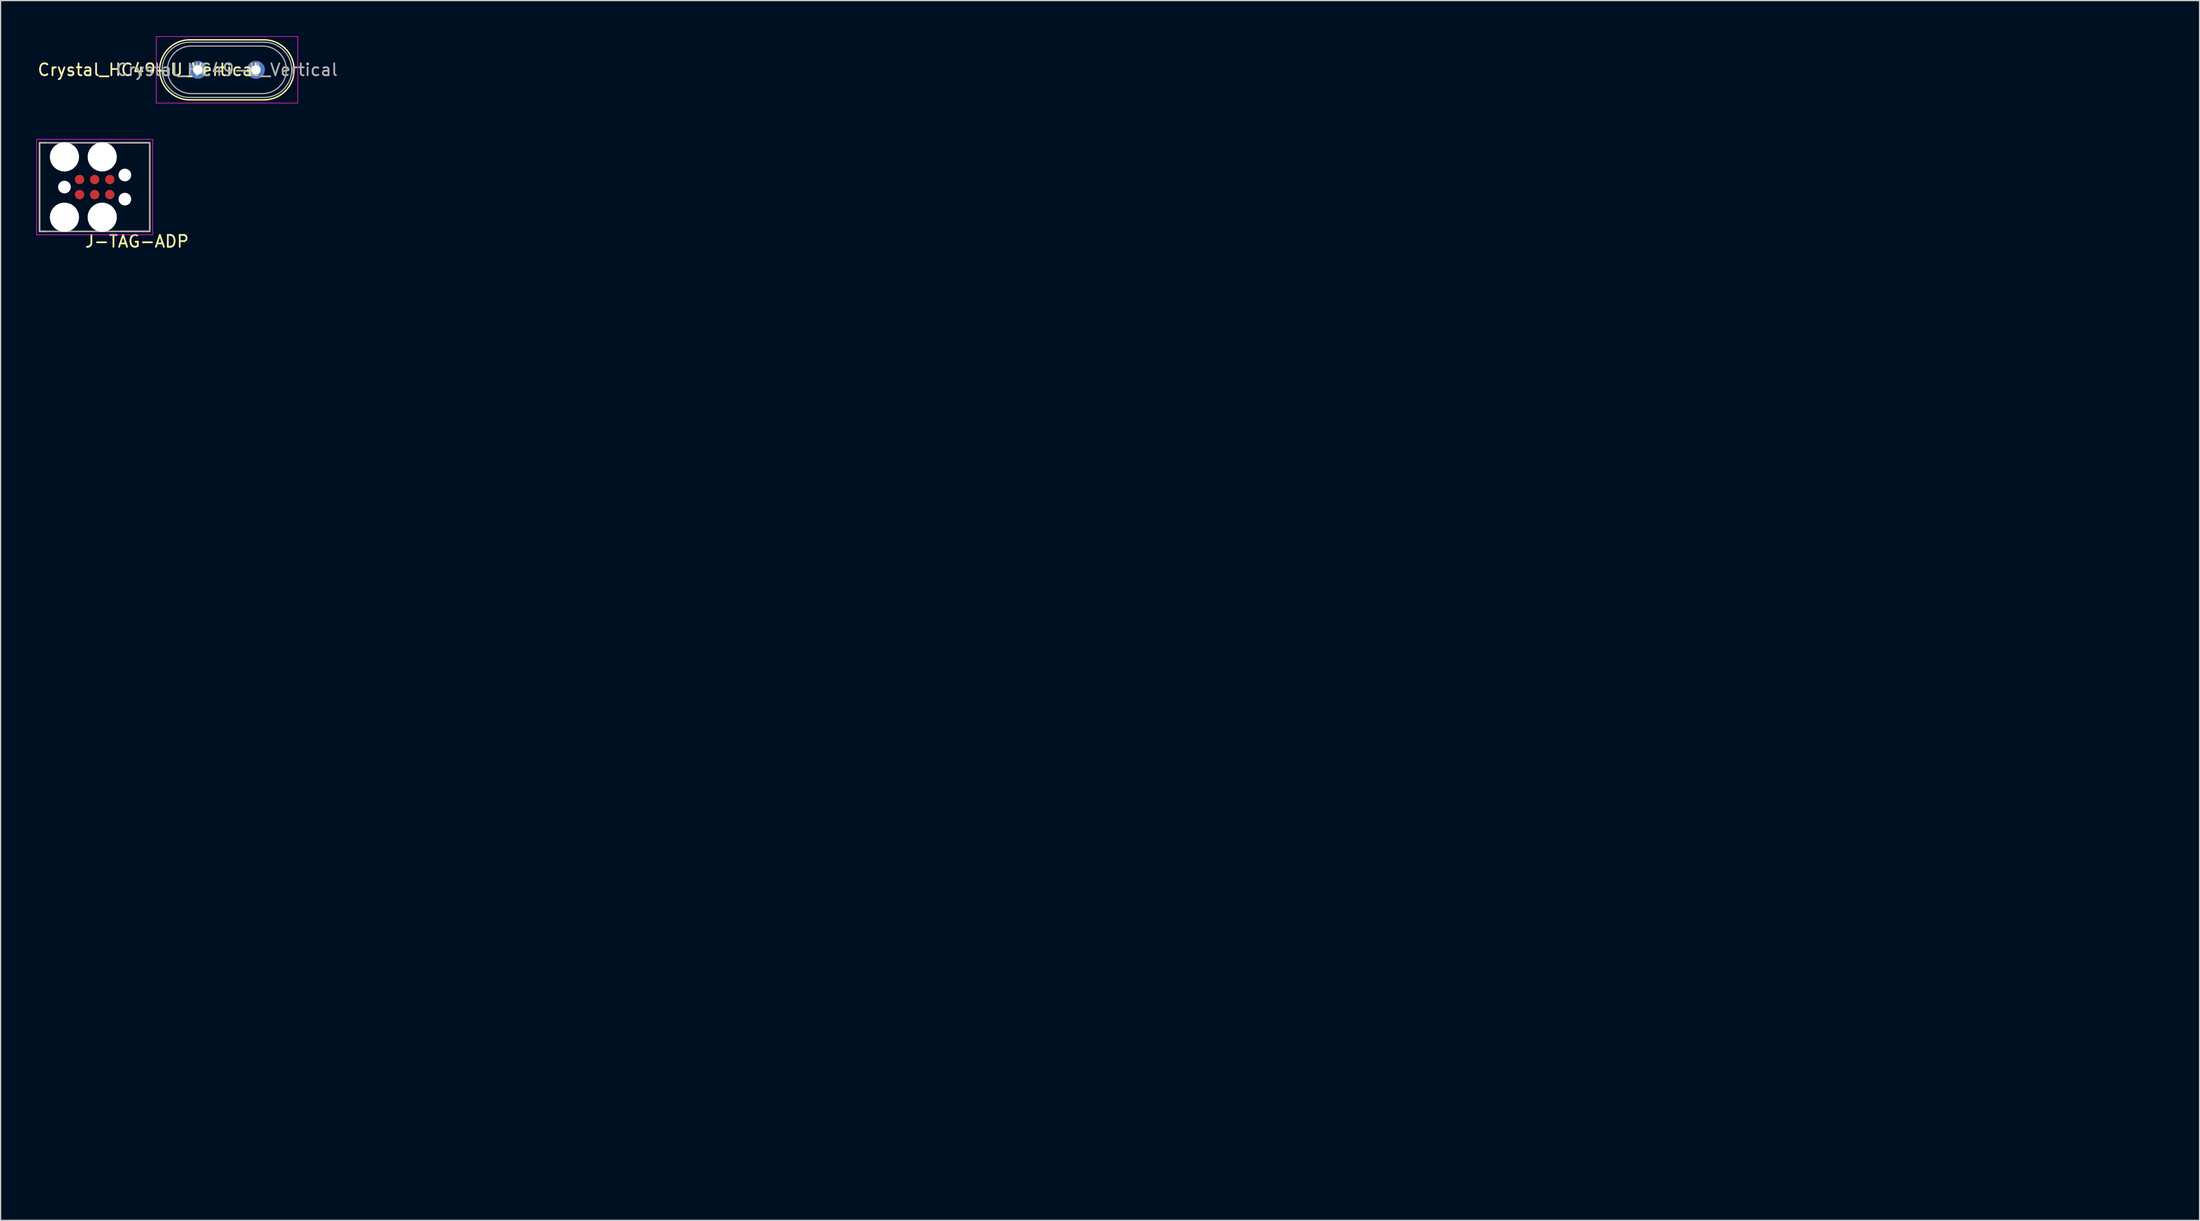
<source format=kicad_pcb>
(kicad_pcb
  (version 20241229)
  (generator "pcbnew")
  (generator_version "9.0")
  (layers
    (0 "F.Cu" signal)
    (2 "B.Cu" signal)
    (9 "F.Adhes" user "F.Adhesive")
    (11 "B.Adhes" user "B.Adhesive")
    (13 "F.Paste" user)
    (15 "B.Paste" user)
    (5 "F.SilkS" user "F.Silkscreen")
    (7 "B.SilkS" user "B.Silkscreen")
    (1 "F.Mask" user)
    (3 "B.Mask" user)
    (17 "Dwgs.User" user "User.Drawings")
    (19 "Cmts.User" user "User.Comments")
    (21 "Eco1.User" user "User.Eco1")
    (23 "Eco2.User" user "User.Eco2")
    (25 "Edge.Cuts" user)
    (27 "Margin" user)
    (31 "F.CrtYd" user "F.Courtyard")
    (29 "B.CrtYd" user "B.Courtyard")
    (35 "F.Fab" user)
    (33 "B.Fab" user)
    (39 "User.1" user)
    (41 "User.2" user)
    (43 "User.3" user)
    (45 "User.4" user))
  (footprint "Crystal_HC49-U_Vertical"
    (layer "F.Cu")
    (at 13.589 2.825)
    (property "Reference" "Crystal_HC49-U_Vertical" (at -4.154 0 0) (layer "F.SilkS") (effects (font (size 1 1) (thickness 0.15))))
    (attr through_hole)
    (fp_line (start -0.685 -2.525) (end 5.565 -2.525) (stroke (width 0.12) (type solid)) (layer "F.SilkS"))
    (fp_line (start -0.685 2.525) (end 5.565 2.525) (stroke (width 0.12) (type solid)) (layer "F.SilkS"))
    (fp_arc (start -0.685 2.525) (mid -3.21 0) (end -0.685 -2.525) (stroke (width 0.12) (type solid)) (layer "F.SilkS"))
    (fp_arc (start 5.565 -2.525) (mid 8.09 0) (end 5.565 2.525) (stroke (width 0.12) (type solid)) (layer "F.SilkS"))
    (fp_line (start -3.5 -2.8) (end -3.5 2.8) (stroke (width 0.05) (type solid)) (layer "F.CrtYd"))
    (fp_line (start -3.5 2.8) (end 8.4 2.8) (stroke (width 0.05) (type solid)) (layer "F.CrtYd"))
    (fp_line (start 8.4 -2.8) (end -3.5 -2.8) (stroke (width 0.05) (type solid)) (layer "F.CrtYd"))
    (fp_line (start 8.4 2.8) (end 8.4 -2.8) (stroke (width 0.05) (type solid)) (layer "F.CrtYd"))
    (fp_line (start -0.685 -2.325) (end 5.565 -2.325) (stroke (width 0.1) (type solid)) (layer "F.Fab"))
    (fp_line (start -0.685 2.325) (end 5.565 2.325) (stroke (width 0.1) (type solid)) (layer "F.Fab"))
    (fp_line (start -0.56 -2) (end 5.44 -2) (stroke (width 0.1) (type solid)) (layer "F.Fab"))
    (fp_line (start -0.56 2) (end 5.44 2) (stroke (width 0.1) (type solid)) (layer "F.Fab"))
    (fp_arc (start -0.685 2.325) (mid -3.01 0) (end -0.685 -2.325) (stroke (width 0.1) (type solid)) (layer "F.Fab"))
    (fp_arc (start -0.56 2) (mid -2.56 0) (end -0.56 -2) (stroke (width 0.1) (type solid)) (layer "F.Fab"))
    (fp_arc (start 5.44 -2) (mid 7.44 0) (end 5.44 2) (stroke (width 0.1) (type solid)) (layer "F.Fab"))
    (fp_arc (start 5.565 -2.325) (mid 7.89 0) (end 5.565 2.325) (stroke (width 0.1) (type solid)) (layer "F.Fab"))
    (fp_text user "${REFERENCE}" (at 2.44 0 0) (layer "F.Fab") (effects (font (size 1 1) (thickness 0.15))))
    (pad "1" thru_hole circle (at 0 0) (size 1.5 1.5) (drill 0.8) (layers "*.Cu" "*.Mask"))
    (pad "2" thru_hole circle (at 4.88 0) (size 1.5 1.5) (drill 0.8) (layers "*.Cu" "*.Mask")))
  (footprint "J-TAG-ADP"
    (layer "F.Cu")
    (at 4.91 12.691)
    (property "Reference" "J-TAG-ADP" (at 3.556 4.572 180) (layer "F.SilkS") (effects (font (size 1 1) (thickness 0.15))))
    (attr through_hole)
    (fp_line (start -4.636 -3.727) (end -4.085 -3.727) (stroke (width 0.127) (type solid)) (layer "F.SilkS"))
    (fp_line (start -4.636 3.727) (end -4.636 -3.727) (stroke (width 0.127) (type solid)) (layer "F.SilkS"))
    (fp_line (start -4.085 3.727) (end -4.636 3.727) (stroke (width 0.127) (type solid)) (layer "F.SilkS"))
    (fp_line (start 2.18 -3.727) (end 4.636 -3.727) (stroke (width 0.127) (type solid)) (layer "F.SilkS"))
    (fp_line (start 4.636 -3.727) (end 4.636 3.727) (stroke (width 0.127) (type solid)) (layer "F.SilkS"))
    (fp_line (start 4.636 3.727) (end 2.18 3.727) (stroke (width 0.127) (type solid)) (layer "F.SilkS"))
    (fp_line (start -4.886 -4.016) (end -4.886 4.016) (stroke (width 0.05) (type solid)) (layer "F.CrtYd"))
    (fp_line (start -4.886 4.016) (end 4.886 4.016) (stroke (width 0.05) (type solid)) (layer "F.CrtYd"))
    (fp_line (start 4.886 -4.016) (end -4.886 -4.016) (stroke (width 0.05) (type solid)) (layer "F.CrtYd"))
    (fp_line (start 4.886 4.016) (end 4.886 -4.016) (stroke (width 0.05) (type solid)) (layer "F.CrtYd"))
    (fp_line (start -4.636 -3.727) (end 4.636 -3.727) (stroke (width 0.127) (type solid)) (layer "F.Fab"))
    (fp_line (start -4.636 3.727) (end -4.636 -3.727) (stroke (width 0.127) (type solid)) (layer "F.Fab"))
    (fp_line (start 4.636 -3.727) (end 4.636 3.727) (stroke (width 0.127) (type solid)) (layer "F.Fab"))
    (fp_line (start 4.636 3.727) (end -4.636 3.727) (stroke (width 0.127) (type solid)) (layer "F.Fab"))
    (pad "" np_thru_hole circle (at -2.54 -2.54) (size 2.451 2.451) (drill 2.451) (layers "*.Cu" "*.Mask"))
    (pad "" np_thru_hole circle (at -2.54 0) (size 1.067 1.067) (drill 1.067) (layers "*.Cu" "*.Mask"))
    (pad "" np_thru_hole circle (at -2.54 2.54) (size 2.451 2.451) (drill 2.451) (layers "*.Cu" "*.Mask"))
    (pad "" np_thru_hole circle (at 0.635 -2.54) (size 2.451 2.451) (drill 2.451) (layers "*.Cu" "*.Mask"))
    (pad "" np_thru_hole circle (at 0.635 2.54) (size 2.451 2.451) (drill 2.451) (layers "*.Cu" "*.Mask"))
    (pad "" np_thru_hole circle (at 2.54 -1.016) (size 1.067 1.067) (drill 1.067) (layers "*.Cu" "*.Mask"))
    (pad "" np_thru_hole circle (at 2.54 1.016) (size 1.067 1.067) (drill 1.067) (layers "*.Cu" "*.Mask"))
    (pad "1" smd circle (at -1.27 0.635) (size 0.787 0.787) (layers "F.Cu" "F.Mask"))
    (pad "2" smd circle (at -1.27 -0.635) (size 0.787 0.787) (layers "F.Cu" "F.Mask"))
    (pad "3" smd circle (at 0 0.635) (size 0.787 0.787) (layers "F.Cu" "F.Mask"))
    (pad "4" smd circle (at 0 -0.635) (size 0.787 0.787) (layers "F.Cu" "F.Mask"))
    (pad "5" smd circle (at 1.27 0.635) (size 0.787 0.787) (layers "F.Cu" "F.Mask"))
    (pad "6" smd circle (at 1.27 -0.635) (size 0.787 0.787) (layers "F.Cu" "F.Mask"))
    (zone (net_name "") (layer "F.Cu") (hatch full 0.508) (connect_pads) (min_thickness 0.01) (filled_areas_thickness no) (keepout (tracks allowed) (vias allowed) (pads allowed) (copperpour not_allowed) (footprints allowed)) (placement (enabled no)) (fill) (polygon (pts (xy 176.754 96.638) (xy 176.754 96.617) (xy 176.751 96.597) (xy 176.75 96.576) (xy 176.745 96.555) (xy 176.74 96.535) (xy 176.734 96.516) (xy 176.727 96.496) (xy 176.72 96.478) (xy 176.712 96.459) (xy 176.702 96.441) (xy 176.69 96.424) (xy 176.679 96.406) (xy 176.667 96.389) (xy 176.653 96.374) (xy 176.638 96.359) (xy 176.624 96.346) (xy 176.608 96.332) (xy 176.591 96.32) (xy 176.575 96.308) (xy 176.558 96.296) (xy 176.54 96.287) (xy 176.52 96.278) (xy 176.501 96.27) (xy 176.482 96.263) (xy 176.463 96.257) (xy 176.442 96.252) (xy 176.423 96.249) (xy 176.401 96.246) (xy 176.381 96.245) (xy 176.361 96.243) (xy 176.361 95.761) (xy 176.381 95.76) (xy 176.401 95.758) (xy 176.423 95.757) (xy 176.442 95.752) (xy 176.463 95.748) (xy 176.482 95.742) (xy 176.501 95.734) (xy 176.52 95.727) (xy 176.54 95.719) (xy 176.558 95.709) (xy 176.575 95.698) (xy 176.591 95.686) (xy 176.608 95.674) (xy 176.624 95.659) (xy 176.638 95.645) (xy 176.653 95.63) (xy 176.667 95.615) (xy 176.679 95.599) (xy 176.69 95.582) (xy 176.702 95.564) (xy 176.712 95.546) (xy 176.72 95.528) (xy 176.727 95.508) (xy 176.734 95.49) (xy 176.74 95.469) (xy 176.745 95.45) (xy 176.75 95.43) (xy 176.751 95.409) (xy 176.754 95.388) (xy 176.755 95.368) (xy 177.237 95.368) (xy 177.239 95.409) (xy 177.245 95.45) (xy 177.256 95.49) (xy 177.272 95.528) (xy 177.29 95.564) (xy 177.312 95.599) (xy 177.339 95.63) (xy 177.368 95.659) (xy 177.399 95.686) (xy 177.434 95.709) (xy 177.47 95.727) (xy 177.508 95.742) (xy 177.548 95.752) (xy 177.589 95.758) (xy 177.631 95.761) (xy 177.672 95.758) (xy 177.713 95.752) (xy 177.752 95.742) (xy 177.791 95.727) (xy 177.827 95.709) (xy 177.862 95.686) (xy 177.893 95.659) (xy 177.923 95.63) (xy 177.948 95.599) (xy 177.971 95.564) (xy 177.989 95.528) (xy 178.005 95.49) (xy 178.016 95.45) (xy 178.022 95.409) (xy 178.024 95.368) (xy 178.506 95.368) (xy 178.507 95.388) (xy 178.51 95.409) (xy 178.512 95.43) (xy 178.516 95.45) (xy 178.52 95.469) (xy 178.526 95.49) (xy 178.534 95.508) (xy 178.542 95.528) (xy 178.549 95.546) (xy 178.56 95.564) (xy 178.571 95.582) (xy 178.583 95.599) (xy 178.595 95.615) (xy 178.608 95.63) (xy 178.623 95.645) (xy 178.637 95.659) (xy 178.653 95.674) (xy 178.669 95.686) (xy 178.686 95.698) (xy 178.703 95.709) (xy 178.721 95.719) (xy 178.74 95.727) (xy 178.76 95.734) (xy 178.779 95.742) (xy 178.798 95.748) (xy 178.819 95.752) (xy 178.839 95.757) (xy 178.859 95.758) (xy 178.88 95.76) (xy 178.9 95.761) (xy 178.9 96.243) (xy 178.88 96.245) (xy 178.859 96.246) (xy 178.839 96.249) (xy 178.819 96.252) (xy 178.798 96.257) (xy 178.779 96.263) (xy 178.76 96.27) (xy 178.74 96.278) (xy 178.721 96.287) (xy 178.703 96.296) (xy 178.686 96.308) (xy 178.669 96.32) (xy 178.653 96.332) (xy 178.637 96.346) (xy 178.623 96.359) (xy 178.608 96.374) (xy 178.595 96.389) (xy 178.583 96.406) (xy 178.571 96.424) (xy 178.56 96.441) (xy 178.549 96.459) (xy 178.542 96.478) (xy 178.534 96.496) (xy 178.526 96.516) (xy 178.52 96.535) (xy 178.516 96.555) (xy 178.512 96.576) (xy 178.51 96.597) (xy 178.507 96.617) (xy 178.506 96.638) (xy 178.024 96.638) (xy 178.022 96.597) (xy 178.016 96.555) (xy 178.005 96.516) (xy 177.989 96.478) (xy 177.971 96.441) (xy 177.948 96.406) (xy 177.923 96.374) (xy 177.893 96.346) (xy 177.862 96.32) (xy 177.827 96.296) (xy 177.791 96.278) (xy 177.752 96.263) (xy 177.713 96.252) (xy 177.672 96.246) (xy 177.631 96.243) (xy 177.589 96.246) (xy 177.548 96.252) (xy 177.508 96.263) (xy 177.47 96.278) (xy 177.434 96.296) (xy 177.399 96.32) (xy 177.368 96.346) (xy 177.339 96.374) (xy 177.312 96.406) (xy 177.29 96.441) (xy 177.272 96.478) (xy 177.256 96.516) (xy 177.245 96.555) (xy 177.239 96.597) (xy 177.237 96.638) (xy 176.755 96.638))))
    (zone (net_name "") (layers "F.Cu" "B.Cu") (hatch full 0.508) (connect_pads) (min_thickness 0.01) (filled_areas_thickness no) (keepout (tracks allowed) (vias not_allowed) (pads allowed) (copperpour allowed) (footprints allowed)) (placement (enabled no)) (fill) (polygon (pts (xy 176.754 96.638) (xy 176.754 96.617) (xy 176.751 96.597) (xy 176.75 96.576) (xy 176.745 96.555) (xy 176.74 96.535) (xy 176.734 96.516) (xy 176.727 96.496) (xy 176.72 96.478) (xy 176.712 96.459) (xy 176.702 96.441) (xy 176.69 96.424) (xy 176.679 96.406) (xy 176.667 96.389) (xy 176.653 96.374) (xy 176.638 96.359) (xy 176.624 96.346) (xy 176.608 96.332) (xy 176.591 96.32) (xy 176.575 96.308) (xy 176.558 96.296) (xy 176.54 96.287) (xy 176.52 96.278) (xy 176.501 96.27) (xy 176.482 96.263) (xy 176.463 96.257) (xy 176.442 96.252) (xy 176.423 96.249) (xy 176.401 96.246) (xy 176.381 96.245) (xy 176.361 96.243) (xy 176.361 95.761) (xy 176.381 95.76) (xy 176.401 95.758) (xy 176.423 95.757) (xy 176.442 95.752) (xy 176.463 95.748) (xy 176.482 95.742) (xy 176.501 95.734) (xy 176.52 95.727) (xy 176.54 95.719) (xy 176.558 95.709) (xy 176.575 95.698) (xy 176.591 95.686) (xy 176.608 95.674) (xy 176.624 95.659) (xy 176.638 95.645) (xy 176.653 95.63) (xy 176.667 95.615) (xy 176.679 95.599) (xy 176.69 95.582) (xy 176.702 95.564) (xy 176.712 95.546) (xy 176.72 95.528) (xy 176.727 95.508) (xy 176.734 95.49) (xy 176.74 95.469) (xy 176.745 95.45) (xy 176.75 95.43) (xy 176.751 95.409) (xy 176.754 95.388) (xy 176.755 95.368) (xy 177.237 95.368) (xy 177.239 95.409) (xy 177.245 95.45) (xy 177.256 95.49) (xy 177.272 95.528) (xy 177.29 95.564) (xy 177.312 95.599) (xy 177.339 95.63) (xy 177.368 95.659) (xy 177.399 95.686) (xy 177.434 95.709) (xy 177.47 95.727) (xy 177.508 95.742) (xy 177.548 95.752) (xy 177.589 95.758) (xy 177.631 95.761) (xy 177.672 95.758) (xy 177.713 95.752) (xy 177.752 95.742) (xy 177.791 95.727) (xy 177.827 95.709) (xy 177.862 95.686) (xy 177.893 95.659) (xy 177.923 95.63) (xy 177.948 95.599) (xy 177.971 95.564) (xy 177.989 95.528) (xy 178.005 95.49) (xy 178.016 95.45) (xy 178.022 95.409) (xy 178.024 95.368) (xy 178.506 95.368) (xy 178.507 95.388) (xy 178.51 95.409) (xy 178.512 95.43) (xy 178.516 95.45) (xy 178.52 95.469) (xy 178.526 95.49) (xy 178.534 95.508) (xy 178.542 95.528) (xy 178.549 95.546) (xy 178.56 95.564) (xy 178.571 95.582) (xy 178.583 95.599) (xy 178.595 95.615) (xy 178.608 95.63) (xy 178.623 95.645) (xy 178.637 95.659) (xy 178.653 95.674) (xy 178.669 95.686) (xy 178.686 95.698) (xy 178.703 95.709) (xy 178.721 95.719) (xy 178.74 95.727) (xy 178.76 95.734) (xy 178.779 95.742) (xy 178.798 95.748) (xy 178.819 95.752) (xy 178.839 95.757) (xy 178.859 95.758) (xy 178.88 95.76) (xy 178.9 95.761) (xy 178.9 96.243) (xy 178.88 96.245) (xy 178.859 96.246) (xy 178.839 96.249) (xy 178.819 96.252) (xy 178.798 96.257) (xy 178.779 96.263) (xy 178.76 96.27) (xy 178.74 96.278) (xy 178.721 96.287) (xy 178.703 96.296) (xy 178.686 96.308) (xy 178.669 96.32) (xy 178.653 96.332) (xy 178.637 96.346) (xy 178.623 96.359) (xy 178.608 96.374) (xy 178.595 96.389) (xy 178.583 96.406) (xy 178.571 96.424) (xy 178.56 96.441) (xy 178.549 96.459) (xy 178.542 96.478) (xy 178.534 96.496) (xy 178.526 96.516) (xy 178.52 96.535) (xy 178.516 96.555) (xy 178.512 96.576) (xy 178.51 96.597) (xy 178.507 96.617) (xy 178.506 96.638) (xy 178.024 96.638) (xy 178.022 96.597) (xy 178.016 96.555) (xy 178.005 96.516) (xy 177.989 96.478) (xy 177.971 96.441) (xy 177.948 96.406) (xy 177.923 96.374) (xy 177.893 96.346) (xy 177.862 96.32) (xy 177.827 96.296) (xy 177.791 96.278) (xy 177.752 96.263) (xy 177.713 96.252) (xy 177.672 96.246) (xy 177.631 96.243) (xy 177.589 96.246) (xy 177.548 96.252) (xy 177.508 96.263) (xy 177.47 96.278) (xy 177.434 96.296) (xy 177.399 96.32) (xy 177.368 96.346) (xy 177.339 96.374) (xy 177.312 96.406) (xy 177.29 96.441) (xy 177.272 96.478) (xy 177.256 96.516) (xy 177.245 96.555) (xy 177.239 96.597) (xy 177.237 96.638) (xy 176.755 96.638)))))
  (gr_rect
    (start -3 -3)
    (end 181.9 99.638)
    (stroke (width 0.1) (type default))
    (fill no)
    (layer "Edge.Cuts")))
</source>
